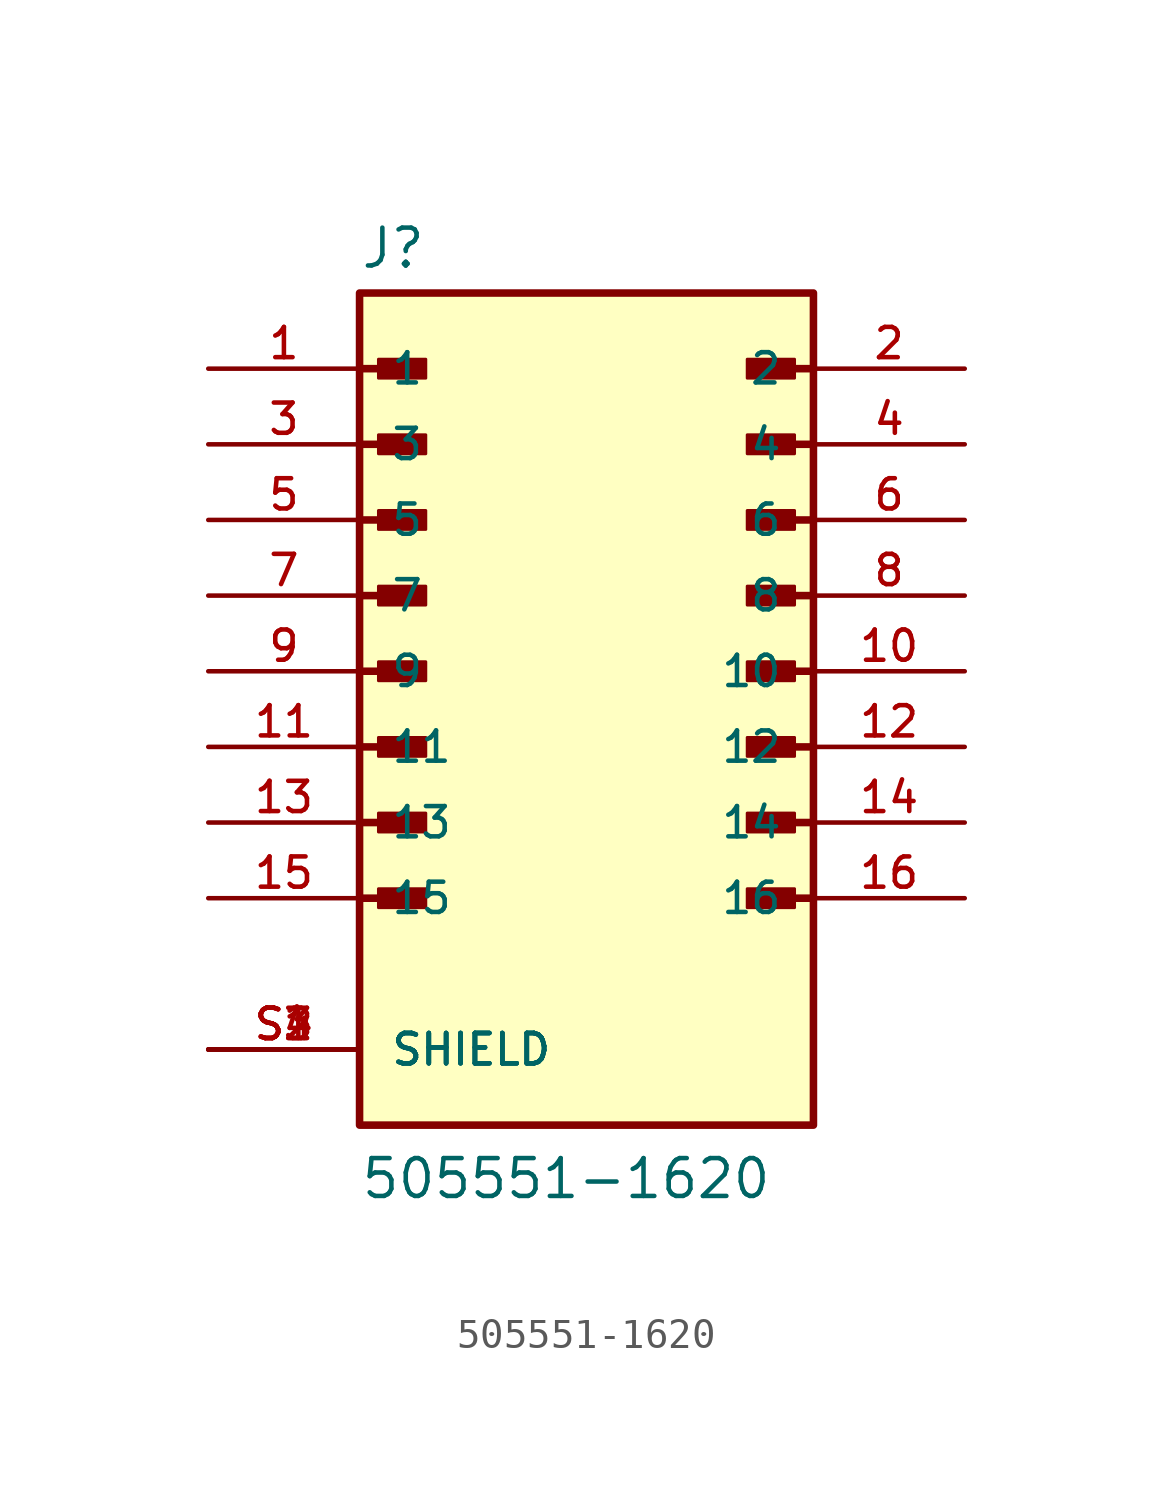
<source format=kicad_sym>
(kicad_symbol_lib
  (version 20211014)
  (generator kicad_symbol_editor)
  (symbol "505551-1620"
    (pin_names
      (offset 1.016))
    (property "Reference" "J"
      (at -7.62 13.462 0)
      (effects (font (size 1.27 1.27)) (justify bottom left)))
    (property "Value" "505551-1620"
      (at -7.62 -17.78 0)
      (effects (font (size 1.27 1.27)) (justify bottom left)))
    (symbol "505551-1620_0_0"
      (polyline (pts (xy -7.62 10.16) (xy -5.715 10.16)) (stroke (width 0.254)))
      (rectangle (start -6.985 9.842) (end -5.397 10.477) (stroke (width 0.1)) (fill (type outline)))
      (polyline (pts (xy -7.62 7.62) (xy -5.715 7.62)) (stroke (width 0.254)))
      (rectangle (start -6.985 7.303) (end -5.397 7.938) (stroke (width 0.1)) (fill (type outline)))
      (polyline (pts (xy -7.62 5.08) (xy -5.715 5.08)) (stroke (width 0.254)))
      (rectangle (start -6.985 4.763) (end -5.397 5.397) (stroke (width 0.1)) (fill (type outline)))
      (polyline (pts (xy -7.62 2.54) (xy -5.715 2.54)) (stroke (width 0.254)))
      (rectangle (start -6.985 2.223) (end -5.397 2.857) (stroke (width 0.1)) (fill (type outline)))
      (polyline (pts (xy -7.62 0.0) (xy -5.715 0.0)) (stroke (width 0.254)))
      (rectangle (start -6.985 -0.318) (end -5.397 0.318) (stroke (width 0.1)) (fill (type outline)))
      (polyline (pts (xy -7.62 -2.54) (xy -5.715 -2.54)) (stroke (width 0.254)))
      (rectangle (start -6.985 -2.857) (end -5.397 -2.223) (stroke (width 0.1)) (fill (type outline)))
      (polyline (pts (xy -7.62 -5.08) (xy -5.715 -5.08)) (stroke (width 0.254)))
      (rectangle (start -6.985 -5.397) (end -5.397 -4.763) (stroke (width 0.1)) (fill (type outline)))
      (polyline (pts (xy -7.62 -7.62) (xy -5.715 -7.62)) (stroke (width 0.254)))
      (rectangle (start -6.985 -7.938) (end -5.397 -7.303) (stroke (width 0.1)) (fill (type outline)))
      (polyline (pts (xy 7.62 -7.62) (xy 5.715 -7.62)) (stroke (width 0.254)))
      (rectangle (start 5.397 -7.938) (end 6.985 -7.303) (stroke (width 0.1)) (fill (type outline)))
      (polyline (pts (xy 7.62 -5.08) (xy 5.715 -5.08)) (stroke (width 0.254)))
      (rectangle (start 5.397 -5.397) (end 6.985 -4.763) (stroke (width 0.1)) (fill (type outline)))
      (polyline (pts (xy 7.62 -2.54) (xy 5.715 -2.54)) (stroke (width 0.254)))
      (rectangle (start 5.397 -2.857) (end 6.985 -2.223) (stroke (width 0.1)) (fill (type outline)))
      (polyline (pts (xy 7.62 0.0) (xy 5.715 0.0)) (stroke (width 0.254)))
      (rectangle (start 5.397 -0.318) (end 6.985 0.318) (stroke (width 0.1)) (fill (type outline)))
      (polyline (pts (xy 7.62 2.54) (xy 5.715 2.54)) (stroke (width 0.254)))
      (rectangle (start 5.397 2.223) (end 6.985 2.857) (stroke (width 0.1)) (fill (type outline)))
      (polyline (pts (xy 7.62 5.08) (xy 5.715 5.08)) (stroke (width 0.254)))
      (rectangle (start 5.397 4.763) (end 6.985 5.397) (stroke (width 0.1)) (fill (type outline)))
      (polyline (pts (xy 7.62 7.62) (xy 5.715 7.62)) (stroke (width 0.254)))
      (rectangle (start 5.397 7.303) (end 6.985 7.938) (stroke (width 0.1)) (fill (type outline)))
      (polyline (pts (xy 7.62 10.16) (xy 5.715 10.16)) (stroke (width 0.254)))
      (rectangle (start 5.397 9.842) (end 6.985 10.477) (stroke (width 0.1)) (fill (type outline)))
      (rectangle (start -7.62 -15.24) (end 7.62 12.7) (stroke (width 0.254)) (fill (type background)))
      (pin passive line (at -12.7 10.16 0) (length 5.08) (name "1" (effects (font (size 1.016 1.016)))) (number "1" (effects (font (size 1.016 1.016)))))
      (pin passive line (at 12.7 10.16 180.0) (length 5.08) (name "2" (effects (font (size 1.016 1.016)))) (number "2" (effects (font (size 1.016 1.016)))))
      (pin passive line (at -12.7 7.62 0) (length 5.08) (name "3" (effects (font (size 1.016 1.016)))) (number "3" (effects (font (size 1.016 1.016)))))
      (pin passive line (at 12.7 7.62 180.0) (length 5.08) (name "4" (effects (font (size 1.016 1.016)))) (number "4" (effects (font (size 1.016 1.016)))))
      (pin passive line (at -12.7 5.08 0) (length 5.08) (name "5" (effects (font (size 1.016 1.016)))) (number "5" (effects (font (size 1.016 1.016)))))
      (pin passive line (at 12.7 5.08 180.0) (length 5.08) (name "6" (effects (font (size 1.016 1.016)))) (number "6" (effects (font (size 1.016 1.016)))))
      (pin passive line (at -12.7 2.54 0) (length 5.08) (name "7" (effects (font (size 1.016 1.016)))) (number "7" (effects (font (size 1.016 1.016)))))
      (pin passive line (at 12.7 2.54 180.0) (length 5.08) (name "8" (effects (font (size 1.016 1.016)))) (number "8" (effects (font (size 1.016 1.016)))))
      (pin passive line (at -12.7 0.0 0) (length 5.08) (name "9" (effects (font (size 1.016 1.016)))) (number "9" (effects (font (size 1.016 1.016)))))
      (pin passive line (at 12.7 0.0 180.0) (length 5.08) (name "10" (effects (font (size 1.016 1.016)))) (number "10" (effects (font (size 1.016 1.016)))))
      (pin passive line (at -12.7 -2.54 0) (length 5.08) (name "11" (effects (font (size 1.016 1.016)))) (number "11" (effects (font (size 1.016 1.016)))))
      (pin passive line (at 12.7 -2.54 180.0) (length 5.08) (name "12" (effects (font (size 1.016 1.016)))) (number "12" (effects (font (size 1.016 1.016)))))
      (pin passive line (at -12.7 -5.08 0) (length 5.08) (name "13" (effects (font (size 1.016 1.016)))) (number "13" (effects (font (size 1.016 1.016)))))
      (pin passive line (at 12.7 -5.08 180.0) (length 5.08) (name "14" (effects (font (size 1.016 1.016)))) (number "14" (effects (font (size 1.016 1.016)))))
      (pin passive line (at -12.7 -7.62 0) (length 5.08) (name "15" (effects (font (size 1.016 1.016)))) (number "15" (effects (font (size 1.016 1.016)))))
      (pin passive line (at 12.7 -7.62 180.0) (length 5.08) (name "16" (effects (font (size 1.016 1.016)))) (number "16" (effects (font (size 1.016 1.016)))))
      (pin passive line (at -12.7 -12.7 0) (length 5.08) (name "SHIELD" (effects (font (size 1.016 1.016)))) (number "S1" (effects (font (size 1.016 1.016)))))
      (pin passive line (at -12.7 -12.7 0) (length 5.08) (name "SHIELD" (effects (font (size 1.016 1.016)))) (number "S2" (effects (font (size 1.016 1.016)))))
      (pin passive line (at -12.7 -12.7 0) (length 5.08) (name "SHIELD" (effects (font (size 1.016 1.016)))) (number "S3" (effects (font (size 1.016 1.016)))))
      (pin passive line (at -12.7 -12.7 0) (length 5.08) (name "SHIELD" (effects (font (size 1.016 1.016)))) (number "S4" (effects (font (size 1.016 1.016))))))))
</source>
